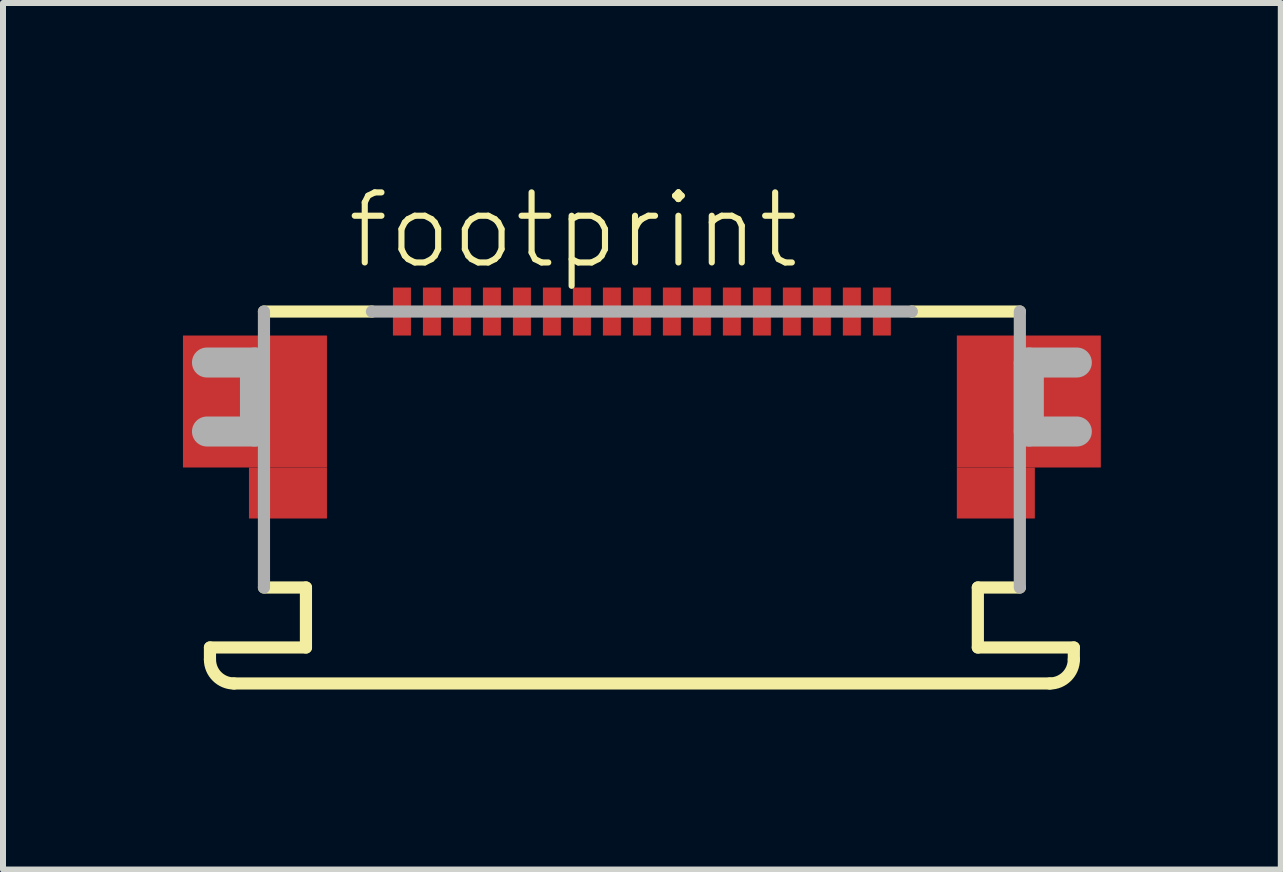
<source format=kicad_pcb>
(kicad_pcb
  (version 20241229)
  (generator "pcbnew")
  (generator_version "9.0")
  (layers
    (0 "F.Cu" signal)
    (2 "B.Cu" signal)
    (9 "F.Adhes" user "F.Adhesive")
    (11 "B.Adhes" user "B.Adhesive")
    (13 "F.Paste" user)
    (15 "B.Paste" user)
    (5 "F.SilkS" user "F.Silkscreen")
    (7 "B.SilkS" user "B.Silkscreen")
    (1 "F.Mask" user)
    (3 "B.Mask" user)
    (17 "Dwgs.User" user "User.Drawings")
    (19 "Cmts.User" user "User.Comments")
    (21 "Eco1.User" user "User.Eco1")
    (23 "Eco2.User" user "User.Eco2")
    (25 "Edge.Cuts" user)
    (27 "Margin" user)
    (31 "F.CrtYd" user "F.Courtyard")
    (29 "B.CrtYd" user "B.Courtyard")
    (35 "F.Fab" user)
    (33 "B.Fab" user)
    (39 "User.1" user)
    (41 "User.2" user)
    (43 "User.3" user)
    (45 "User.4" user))
  (footprint "footprint"
    (layer "F.Cu")
    (at 7.65 2.743)
    (property "Reference" "footprint" (at -4.965 -1.27 0) (layer "F.SilkS") (effects (font (size 1.168 1.168) (thickness 0.102)) (justify left bottom)))
    (fp_poly (pts (xy -7.65 2) (xy -5.25 2) (xy -5.25 -0.2) (xy -7.65 -0.2)) (stroke (width 0) (type solid)) (fill yes) (layer "F.Cu"))
    (fp_poly (pts (xy -6.55 2.85) (xy -5.25 2.85) (xy -5.25 2) (xy -6.55 2)) (stroke (width 0) (type solid)) (fill yes) (layer "F.Cu"))
    (fp_poly (pts (xy 5.25 2) (xy 7.65 2) (xy 7.65 -0.2) (xy 5.25 -0.2)) (stroke (width 0) (type solid)) (fill yes) (layer "F.Cu"))
    (fp_poly (pts (xy 5.25 2.85) (xy 6.55 2.85) (xy 6.55 2) (xy 5.25 2)) (stroke (width 0) (type solid)) (fill yes) (layer "F.Cu"))
    (fp_poly (pts (xy -7.65 2) (xy -5.25 2) (xy -5.25 -0.2) (xy -7.65 -0.2)) (stroke (width 0) (type solid)) (fill yes) (layer "F.Mask"))
    (fp_poly (pts (xy -6.55 2.85) (xy -5.25 2.85) (xy -5.25 2) (xy -6.55 2)) (stroke (width 0) (type solid)) (fill yes) (layer "F.Mask"))
    (fp_poly (pts (xy -4.175 -0.175) (xy -3.825 -0.175) (xy -3.825 -1.025) (xy -4.175 -1.025)) (stroke (width 0) (type solid)) (fill yes) (layer "F.Mask"))
    (fp_poly (pts (xy -3.675 -0.175) (xy -3.325 -0.175) (xy -3.325 -1.025) (xy -3.675 -1.025)) (stroke (width 0) (type solid)) (fill yes) (layer "F.Mask"))
    (fp_poly (pts (xy -3.175 -0.175) (xy -2.825 -0.175) (xy -2.825 -1.025) (xy -3.175 -1.025)) (stroke (width 0) (type solid)) (fill yes) (layer "F.Mask"))
    (fp_poly (pts (xy -2.675 -0.175) (xy -2.325 -0.175) (xy -2.325 -1.025) (xy -2.675 -1.025)) (stroke (width 0) (type solid)) (fill yes) (layer "F.Mask"))
    (fp_poly (pts (xy -2.175 -0.175) (xy -1.825 -0.175) (xy -1.825 -1.025) (xy -2.175 -1.025)) (stroke (width 0) (type solid)) (fill yes) (layer "F.Mask"))
    (fp_poly (pts (xy -1.675 -0.175) (xy -1.325 -0.175) (xy -1.325 -1.025) (xy -1.675 -1.025)) (stroke (width 0) (type solid)) (fill yes) (layer "F.Mask"))
    (fp_poly (pts (xy -1.175 -0.175) (xy -0.825 -0.175) (xy -0.825 -1.025) (xy -1.175 -1.025)) (stroke (width 0) (type solid)) (fill yes) (layer "F.Mask"))
    (fp_poly (pts (xy -0.675 -0.175) (xy -0.325 -0.175) (xy -0.325 -1.025) (xy -0.675 -1.025)) (stroke (width 0) (type solid)) (fill yes) (layer "F.Mask"))
    (fp_poly (pts (xy -0.175 -0.175) (xy 0.175 -0.175) (xy 0.175 -1.025) (xy -0.175 -1.025)) (stroke (width 0) (type solid)) (fill yes) (layer "F.Mask"))
    (fp_poly (pts (xy 0.325 -0.175) (xy 0.675 -0.175) (xy 0.675 -1.025) (xy 0.325 -1.025)) (stroke (width 0) (type solid)) (fill yes) (layer "F.Mask"))
    (fp_poly (pts (xy 0.825 -0.175) (xy 1.175 -0.175) (xy 1.175 -1.025) (xy 0.825 -1.025)) (stroke (width 0) (type solid)) (fill yes) (layer "F.Mask"))
    (fp_poly (pts (xy 1.325 -0.175) (xy 1.675 -0.175) (xy 1.675 -1.025) (xy 1.325 -1.025)) (stroke (width 0) (type solid)) (fill yes) (layer "F.Mask"))
    (fp_poly (pts (xy 1.825 -0.175) (xy 2.175 -0.175) (xy 2.175 -1.025) (xy 1.825 -1.025)) (stroke (width 0) (type solid)) (fill yes) (layer "F.Mask"))
    (fp_poly (pts (xy 2.325 -0.175) (xy 2.675 -0.175) (xy 2.675 -1.025) (xy 2.325 -1.025)) (stroke (width 0) (type solid)) (fill yes) (layer "F.Mask"))
    (fp_poly (pts (xy 2.825 -0.175) (xy 3.175 -0.175) (xy 3.175 -1.025) (xy 2.825 -1.025)) (stroke (width 0) (type solid)) (fill yes) (layer "F.Mask"))
    (fp_poly (pts (xy 3.325 -0.175) (xy 3.675 -0.175) (xy 3.675 -1.025) (xy 3.325 -1.025)) (stroke (width 0) (type solid)) (fill yes) (layer "F.Mask"))
    (fp_poly (pts (xy 3.825 -0.175) (xy 4.175 -0.175) (xy 4.175 -1.025) (xy 3.825 -1.025)) (stroke (width 0) (type solid)) (fill yes) (layer "F.Mask"))
    (fp_poly (pts (xy 5.25 2) (xy 7.65 2) (xy 7.65 -0.2) (xy 5.25 -0.2)) (stroke (width 0) (type solid)) (fill yes) (layer "F.Mask"))
    (fp_poly (pts (xy 5.25 2.85) (xy 6.55 2.85) (xy 6.55 2) (xy 5.25 2)) (stroke (width 0) (type solid)) (fill yes) (layer "F.Mask"))
    (fp_line (start -7.2 5) (end -5.6 5) (stroke (width 0.203) (type solid)) (layer "F.SilkS"))
    (fp_line (start -7.2 5.2) (end -7.2 5) (stroke (width 0.203) (type solid)) (layer "F.SilkS"))
    (fp_line (start -6.3 -0.6) (end -4.5 -0.6) (stroke (width 0.203) (type solid)) (layer "F.SilkS"))
    (fp_line (start -5.6 4) (end -6.3 4) (stroke (width 0.203) (type solid)) (layer "F.SilkS"))
    (fp_line (start -5.6 5) (end -5.6 4) (stroke (width 0.203) (type solid)) (layer "F.SilkS"))
    (fp_line (start 4.5 -0.6) (end 6.3 -0.6) (stroke (width 0.203) (type solid)) (layer "F.SilkS"))
    (fp_line (start 5.6 4) (end 5.6 5) (stroke (width 0.203) (type solid)) (layer "F.SilkS"))
    (fp_line (start 5.6 5) (end 7.2 5) (stroke (width 0.203) (type solid)) (layer "F.SilkS"))
    (fp_line (start 6.3 4) (end 5.6 4) (stroke (width 0.203) (type solid)) (layer "F.SilkS"))
    (fp_line (start 6.8 5.6) (end -6.8 5.6) (stroke (width 0.203) (type solid)) (layer "F.SilkS"))
    (fp_line (start 7.2 5) (end 7.2 5.2) (stroke (width 0.203) (type solid)) (layer "F.SilkS"))
    (fp_arc (start -6.8 5.6) (mid -7.082843 5.482843) (end -7.2 5.2) (stroke (width 0.2032) (type solid)) (layer "F.SilkS"))
    (fp_arc (start 7.2 5.2) (mid 7.082843 5.482843) (end 6.8 5.6) (stroke (width 0.2032) (type solid)) (layer "F.SilkS"))
    (fp_poly (pts (xy -7.525 1.9) (xy -5.35 1.9) (xy -5.35 -0.075) (xy -7.525 -0.075)) (stroke (width 0) (type solid)) (fill yes) (layer "F.Paste"))
    (fp_poly (pts (xy -6.45 2.75) (xy -5.35 2.75) (xy -5.35 1.9) (xy -6.45 1.9)) (stroke (width 0) (type solid)) (fill yes) (layer "F.Paste"))
    (fp_poly (pts (xy 5.35 1.9) (xy 7.525 1.9) (xy 7.525 -0.075) (xy 5.35 -0.075)) (stroke (width 0) (type solid)) (fill yes) (layer "F.Paste"))
    (fp_poly (pts (xy 5.35 2.75) (xy 6.45 2.75) (xy 6.45 1.9) (xy 5.35 1.9)) (stroke (width 0) (type solid)) (fill yes) (layer "F.Paste"))
    (fp_line (start -7.25 0.25) (end -6.45 0.25) (stroke (width 0.5) (type solid)) (layer "F.Fab"))
    (fp_line (start -6.45 0.25) (end -6.45 1.4) (stroke (width 0.5) (type solid)) (layer "F.Fab"))
    (fp_line (start -6.45 1.4) (end -7.25 1.4) (stroke (width 0.5) (type solid)) (layer "F.Fab"))
    (fp_line (start -6.3 4) (end -6.3 -0.6) (stroke (width 0.203) (type solid)) (layer "F.Fab"))
    (fp_line (start -4.5 -0.6) (end 4.5 -0.6) (stroke (width 0.203) (type solid)) (layer "F.Fab"))
    (fp_line (start 6.3 -0.6) (end 6.3 4) (stroke (width 0.203) (type solid)) (layer "F.Fab"))
    (fp_line (start 6.45 0.25) (end 7.25 0.25) (stroke (width 0.5) (type solid)) (layer "F.Fab"))
    (fp_line (start 6.45 1.4) (end 6.45 0.25) (stroke (width 0.5) (type solid)) (layer "F.Fab"))
    (fp_line (start 7.25 1.4) (end 6.45 1.4) (stroke (width 0.5) (type solid)) (layer "F.Fab"))
    (pad "1" smd rect (at -4 -0.6) (size 0.3 0.8) (layers "F.Cu" "F.Paste"))
    (pad "2" smd rect (at -3.5 -0.6) (size 0.3 0.8) (layers "F.Cu" "F.Paste"))
    (pad "3" smd rect (at -3 -0.6) (size 0.3 0.8) (layers "F.Cu" "F.Paste"))
    (pad "4" smd rect (at -2.5 -0.6) (size 0.3 0.8) (layers "F.Cu" "F.Paste"))
    (pad "5" smd rect (at -2 -0.6) (size 0.3 0.8) (layers "F.Cu" "F.Paste"))
    (pad "6" smd rect (at -1.5 -0.6) (size 0.3 0.8) (layers "F.Cu" "F.Paste"))
    (pad "7" smd rect (at -1 -0.6) (size 0.3 0.8) (layers "F.Cu" "F.Paste"))
    (pad "8" smd rect (at -0.5 -0.6) (size 0.3 0.8) (layers "F.Cu" "F.Paste"))
    (pad "9" smd rect (at 0 -0.6) (size 0.3 0.8) (layers "F.Cu" "F.Paste"))
    (pad "10" smd rect (at 0.5 -0.6) (size 0.3 0.8) (layers "F.Cu" "F.Paste"))
    (pad "11" smd rect (at 1 -0.6) (size 0.3 0.8) (layers "F.Cu" "F.Paste"))
    (pad "12" smd rect (at 1.5 -0.6) (size 0.3 0.8) (layers "F.Cu" "F.Paste"))
    (pad "13" smd rect (at 2 -0.6) (size 0.3 0.8) (layers "F.Cu" "F.Paste"))
    (pad "14" smd rect (at 2.5 -0.6) (size 0.3 0.8) (layers "F.Cu" "F.Paste"))
    (pad "15" smd rect (at 3 -0.6) (size 0.3 0.8) (layers "F.Cu" "F.Paste"))
    (pad "16" smd rect (at 3.5 -0.6) (size 0.3 0.8) (layers "F.Cu" "F.Paste"))
    (pad "17" smd rect (at 4 -0.6) (size 0.3 0.8) (layers "F.Cu" "F.Paste")))
  (gr_rect
    (start -3 -3)
    (end 18.3 11.445)
    (stroke (width 0.1) (type default))
    (fill no)
    (layer "Edge.Cuts")))
</source>
